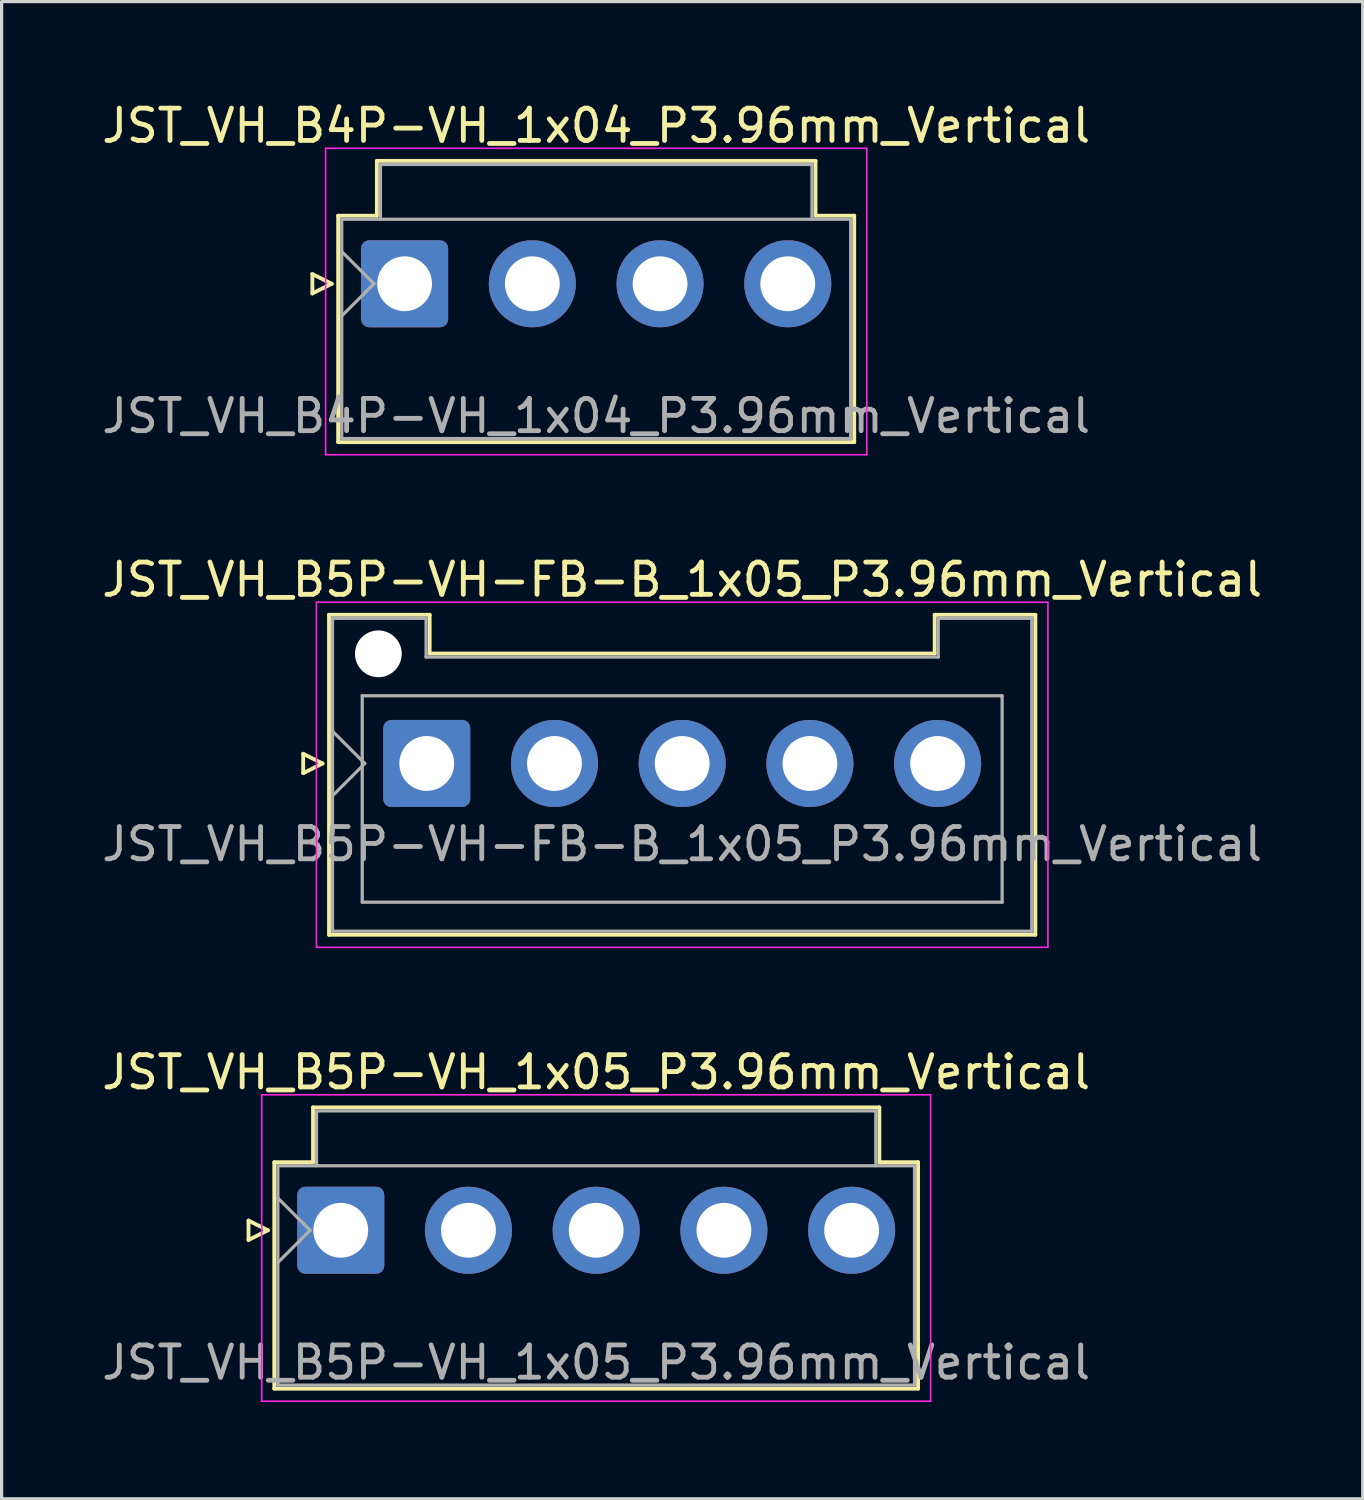
<source format=kicad_pcb>
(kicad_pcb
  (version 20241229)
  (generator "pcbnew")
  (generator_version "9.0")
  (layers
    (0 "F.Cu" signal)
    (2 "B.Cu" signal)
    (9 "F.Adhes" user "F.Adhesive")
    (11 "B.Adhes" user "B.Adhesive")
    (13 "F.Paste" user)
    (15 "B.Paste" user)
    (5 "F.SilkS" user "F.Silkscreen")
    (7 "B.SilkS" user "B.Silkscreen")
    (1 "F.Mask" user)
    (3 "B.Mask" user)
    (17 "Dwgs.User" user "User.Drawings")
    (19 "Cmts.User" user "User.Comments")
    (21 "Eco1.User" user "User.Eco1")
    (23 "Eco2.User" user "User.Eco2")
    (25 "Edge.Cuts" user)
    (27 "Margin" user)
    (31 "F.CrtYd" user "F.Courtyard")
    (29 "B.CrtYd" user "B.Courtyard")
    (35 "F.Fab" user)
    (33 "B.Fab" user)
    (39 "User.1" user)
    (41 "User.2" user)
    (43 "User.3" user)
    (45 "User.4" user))
  (footprint "JST_VH_B4P-VH_1x04_P3.96mm_Vertical"
    (layer "F.Cu")
    (at 9.495 5.748)
    (property "Reference" "JST_VH_B4P-VH_1x04_P3.96mm_Vertical" (at 5.94 -4.9 0) (layer "F.SilkS") (effects (font (size 1 1) (thickness 0.15))))
    (attr through_hole)
    (fp_line (start -2.86 -0.3) (end -2.26 0) (stroke (width 0.12) (type solid)) (layer "F.SilkS"))
    (fp_line (start -2.86 0.3) (end -2.86 -0.3) (stroke (width 0.12) (type solid)) (layer "F.SilkS"))
    (fp_line (start -2.26 0) (end -2.86 0.3) (stroke (width 0.12) (type solid)) (layer "F.SilkS"))
    (fp_line (start -2.06 -2.11) (end -0.86 -2.11) (stroke (width 0.12) (type solid)) (layer "F.SilkS"))
    (fp_line (start -2.06 4.91) (end -2.06 -2.11) (stroke (width 0.12) (type solid)) (layer "F.SilkS"))
    (fp_line (start -0.86 -3.81) (end 12.74 -3.81) (stroke (width 0.12) (type solid)) (layer "F.SilkS"))
    (fp_line (start -0.86 -2.11) (end -0.86 -3.81) (stroke (width 0.12) (type solid)) (layer "F.SilkS"))
    (fp_line (start 12.74 -3.81) (end 12.74 -2.11) (stroke (width 0.12) (type solid)) (layer "F.SilkS"))
    (fp_line (start 12.74 -2.11) (end 13.94 -2.11) (stroke (width 0.12) (type solid)) (layer "F.SilkS"))
    (fp_line (start 13.94 -2.11) (end 13.94 4.91) (stroke (width 0.12) (type solid)) (layer "F.SilkS"))
    (fp_line (start 13.94 4.91) (end -2.06 4.91) (stroke (width 0.12) (type solid)) (layer "F.SilkS"))
    (fp_line (start -2.45 -4.2) (end -2.45 5.3) (stroke (width 0.05) (type solid)) (layer "F.CrtYd"))
    (fp_line (start -2.45 5.3) (end 14.33 5.3) (stroke (width 0.05) (type solid)) (layer "F.CrtYd"))
    (fp_line (start 14.33 -4.2) (end -2.45 -4.2) (stroke (width 0.05) (type solid)) (layer "F.CrtYd"))
    (fp_line (start 14.33 5.3) (end 14.33 -4.2) (stroke (width 0.05) (type solid)) (layer "F.CrtYd"))
    (fp_line (start -1.95 -2) (end -1.95 4.8) (stroke (width 0.1) (type solid)) (layer "F.Fab"))
    (fp_line (start -1.95 -1) (end -0.95 0) (stroke (width 0.1) (type solid)) (layer "F.Fab"))
    (fp_line (start -1.95 1) (end -0.95 0) (stroke (width 0.1) (type solid)) (layer "F.Fab"))
    (fp_line (start -1.95 4.8) (end 13.83 4.8) (stroke (width 0.1) (type solid)) (layer "F.Fab"))
    (fp_line (start -0.75 -3.7) (end 12.63 -3.7) (stroke (width 0.1) (type solid)) (layer "F.Fab"))
    (fp_line (start -0.75 -2) (end -0.75 -3.7) (stroke (width 0.1) (type solid)) (layer "F.Fab"))
    (fp_line (start 12.63 -3.7) (end 12.63 -2) (stroke (width 0.1) (type solid)) (layer "F.Fab"))
    (fp_line (start 13.83 -2) (end -1.95 -2) (stroke (width 0.1) (type solid)) (layer "F.Fab"))
    (fp_line (start 13.83 4.8) (end 13.83 -2) (stroke (width 0.1) (type solid)) (layer "F.Fab"))
    (fp_text user "${REFERENCE}" (at 5.94 4.1 0) (layer "F.Fab") (effects (font (size 1 1) (thickness 0.15))))
    (pad "1" thru_hole roundrect (at 0 0) (size 2.7 2.7) (drill 1.7) (layers "*.Cu" "*.Mask") (roundrect_rratio 0.093))
    (pad "2" thru_hole circle (at 3.96 0) (size 2.7 2.7) (drill 1.7) (layers "*.Cu" "*.Mask"))
    (pad "3" thru_hole circle (at 7.92 0) (size 2.7 2.7) (drill 1.7) (layers "*.Cu" "*.Mask"))
    (pad "4" thru_hole circle (at 11.88 0) (size 2.7 2.7) (drill 1.7) (layers "*.Cu" "*.Mask")))
  (footprint "JST_VH_B5P-VH-FB-B_1x05_P3.96mm_Vertical"
    (layer "F.Cu")
    (at 10.181 20.622)
    (property "Reference" "JST_VH_B5P-VH-FB-B_1x05_P3.96mm_Vertical" (at 7.92 -5.7 0) (layer "F.SilkS") (effects (font (size 1 1) (thickness 0.15))))
    (attr through_hole)
    (fp_line (start -3.83 -0.3) (end -3.23 0) (stroke (width 0.12) (type solid)) (layer "F.SilkS"))
    (fp_line (start -3.83 0.3) (end -3.83 -0.3) (stroke (width 0.12) (type solid)) (layer "F.SilkS"))
    (fp_line (start -3.23 0) (end -3.83 0.3) (stroke (width 0.12) (type solid)) (layer "F.SilkS"))
    (fp_line (start -3.03 -4.61) (end 0.09 -4.61) (stroke (width 0.12) (type solid)) (layer "F.SilkS"))
    (fp_line (start -3.03 5.31) (end -3.03 -4.61) (stroke (width 0.12) (type solid)) (layer "F.SilkS"))
    (fp_line (start 0.09 -4.61) (end 0.09 -3.41) (stroke (width 0.12) (type solid)) (layer "F.SilkS"))
    (fp_line (start 0.09 -3.41) (end 15.75 -3.41) (stroke (width 0.12) (type solid)) (layer "F.SilkS"))
    (fp_line (start 15.75 -4.61) (end 18.87 -4.61) (stroke (width 0.12) (type solid)) (layer "F.SilkS"))
    (fp_line (start 15.75 -3.41) (end 15.75 -4.61) (stroke (width 0.12) (type solid)) (layer "F.SilkS"))
    (fp_line (start 18.87 -4.61) (end 18.87 5.31) (stroke (width 0.12) (type solid)) (layer "F.SilkS"))
    (fp_line (start 18.87 5.31) (end -3.03 5.31) (stroke (width 0.12) (type solid)) (layer "F.SilkS"))
    (fp_line (start -3.42 -5) (end -3.42 5.7) (stroke (width 0.05) (type solid)) (layer "F.CrtYd"))
    (fp_line (start -3.42 5.7) (end 19.26 5.7) (stroke (width 0.05) (type solid)) (layer "F.CrtYd"))
    (fp_line (start 19.26 -5) (end -3.42 -5) (stroke (width 0.05) (type solid)) (layer "F.CrtYd"))
    (fp_line (start 19.26 5.7) (end 19.26 -5) (stroke (width 0.05) (type solid)) (layer "F.CrtYd"))
    (fp_line (start -2.92 -4.5) (end -0.02 -4.5) (stroke (width 0.1) (type solid)) (layer "F.Fab"))
    (fp_line (start -2.92 -1) (end -1.92 0) (stroke (width 0.1) (type solid)) (layer "F.Fab"))
    (fp_line (start -2.92 1) (end -1.92 0) (stroke (width 0.1) (type solid)) (layer "F.Fab"))
    (fp_line (start -2.92 5.2) (end -2.92 -4.5) (stroke (width 0.1) (type solid)) (layer "F.Fab"))
    (fp_line (start -2 -2.1) (end 17.84 -2.1) (stroke (width 0.1) (type solid)) (layer "F.Fab"))
    (fp_line (start -2 4.3) (end -2 -2.1) (stroke (width 0.1) (type solid)) (layer "F.Fab"))
    (fp_line (start -0.02 -4.5) (end -0.02 -3.3) (stroke (width 0.1) (type solid)) (layer "F.Fab"))
    (fp_line (start -0.02 -3.3) (end 15.86 -3.3) (stroke (width 0.1) (type solid)) (layer "F.Fab"))
    (fp_line (start 15.86 -4.5) (end 18.76 -4.5) (stroke (width 0.1) (type solid)) (layer "F.Fab"))
    (fp_line (start 15.86 -3.3) (end 15.86 -4.5) (stroke (width 0.1) (type solid)) (layer "F.Fab"))
    (fp_line (start 17.84 -2.1) (end 17.84 4.3) (stroke (width 0.1) (type solid)) (layer "F.Fab"))
    (fp_line (start 17.84 4.3) (end -2 4.3) (stroke (width 0.1) (type solid)) (layer "F.Fab"))
    (fp_line (start 18.76 -4.5) (end 18.76 5.2) (stroke (width 0.1) (type solid)) (layer "F.Fab"))
    (fp_line (start 18.76 5.2) (end -2.92 5.2) (stroke (width 0.1) (type solid)) (layer "F.Fab"))
    (fp_text user "${REFERENCE}" (at 7.92 2.5 0) (layer "F.Fab") (effects (font (size 1 1) (thickness 0.15))))
    (pad "" np_thru_hole circle (at -1.5 -3.4) (size 1.45 1.45) (drill 1.45) (layers "*.Cu" "*.Mask"))
    (pad "1" thru_hole roundrect (at 0 0) (size 2.7 2.7) (drill 1.7) (layers "*.Cu" "*.Mask") (roundrect_rratio 0.093))
    (pad "2" thru_hole circle (at 3.96 0) (size 2.7 2.7) (drill 1.7) (layers "*.Cu" "*.Mask"))
    (pad "3" thru_hole circle (at 7.92 0) (size 2.7 2.7) (drill 1.7) (layers "*.Cu" "*.Mask"))
    (pad "4" thru_hole circle (at 11.88 0) (size 2.7 2.7) (drill 1.7) (layers "*.Cu" "*.Mask"))
    (pad "5" thru_hole circle (at 15.84 0) (size 2.7 2.7) (drill 1.7) (layers "*.Cu" "*.Mask")))
  (footprint "JST_VH_B5P-VH_1x05_P3.96mm_Vertical"
    (layer "F.Cu")
    (at 7.515 35.095)
    (property "Reference" "JST_VH_B5P-VH_1x05_P3.96mm_Vertical" (at 7.92 -4.9 0) (layer "F.SilkS") (effects (font (size 1 1) (thickness 0.15))))
    (attr through_hole)
    (fp_line (start -2.86 -0.3) (end -2.26 0) (stroke (width 0.12) (type solid)) (layer "F.SilkS"))
    (fp_line (start -2.86 0.3) (end -2.86 -0.3) (stroke (width 0.12) (type solid)) (layer "F.SilkS"))
    (fp_line (start -2.26 0) (end -2.86 0.3) (stroke (width 0.12) (type solid)) (layer "F.SilkS"))
    (fp_line (start -2.06 -2.11) (end -0.86 -2.11) (stroke (width 0.12) (type solid)) (layer "F.SilkS"))
    (fp_line (start -2.06 4.91) (end -2.06 -2.11) (stroke (width 0.12) (type solid)) (layer "F.SilkS"))
    (fp_line (start -0.86 -3.81) (end 16.7 -3.81) (stroke (width 0.12) (type solid)) (layer "F.SilkS"))
    (fp_line (start -0.86 -2.11) (end -0.86 -3.81) (stroke (width 0.12) (type solid)) (layer "F.SilkS"))
    (fp_line (start 16.7 -3.81) (end 16.7 -2.11) (stroke (width 0.12) (type solid)) (layer "F.SilkS"))
    (fp_line (start 16.7 -2.11) (end 17.9 -2.11) (stroke (width 0.12) (type solid)) (layer "F.SilkS"))
    (fp_line (start 17.9 -2.11) (end 17.9 4.91) (stroke (width 0.12) (type solid)) (layer "F.SilkS"))
    (fp_line (start 17.9 4.91) (end -2.06 4.91) (stroke (width 0.12) (type solid)) (layer "F.SilkS"))
    (fp_line (start -2.45 -4.2) (end -2.45 5.3) (stroke (width 0.05) (type solid)) (layer "F.CrtYd"))
    (fp_line (start -2.45 5.3) (end 18.29 5.3) (stroke (width 0.05) (type solid)) (layer "F.CrtYd"))
    (fp_line (start 18.29 -4.2) (end -2.45 -4.2) (stroke (width 0.05) (type solid)) (layer "F.CrtYd"))
    (fp_line (start 18.29 5.3) (end 18.29 -4.2) (stroke (width 0.05) (type solid)) (layer "F.CrtYd"))
    (fp_line (start -1.95 -2) (end -1.95 4.8) (stroke (width 0.1) (type solid)) (layer "F.Fab"))
    (fp_line (start -1.95 -1) (end -0.95 0) (stroke (width 0.1) (type solid)) (layer "F.Fab"))
    (fp_line (start -1.95 1) (end -0.95 0) (stroke (width 0.1) (type solid)) (layer "F.Fab"))
    (fp_line (start -1.95 4.8) (end 17.79 4.8) (stroke (width 0.1) (type solid)) (layer "F.Fab"))
    (fp_line (start -0.75 -3.7) (end 16.59 -3.7) (stroke (width 0.1) (type solid)) (layer "F.Fab"))
    (fp_line (start -0.75 -2) (end -0.75 -3.7) (stroke (width 0.1) (type solid)) (layer "F.Fab"))
    (fp_line (start 16.59 -3.7) (end 16.59 -2) (stroke (width 0.1) (type solid)) (layer "F.Fab"))
    (fp_line (start 17.79 -2) (end -1.95 -2) (stroke (width 0.1) (type solid)) (layer "F.Fab"))
    (fp_line (start 17.79 4.8) (end 17.79 -2) (stroke (width 0.1) (type solid)) (layer "F.Fab"))
    (fp_text user "${REFERENCE}" (at 7.92 4.1 0) (layer "F.Fab") (effects (font (size 1 1) (thickness 0.15))))
    (pad "1" thru_hole roundrect (at 0 0) (size 2.7 2.7) (drill 1.7) (layers "*.Cu" "*.Mask") (roundrect_rratio 0.093))
    (pad "2" thru_hole circle (at 3.96 0) (size 2.7 2.7) (drill 1.7) (layers "*.Cu" "*.Mask"))
    (pad "3" thru_hole circle (at 7.92 0) (size 2.7 2.7) (drill 1.7) (layers "*.Cu" "*.Mask"))
    (pad "4" thru_hole circle (at 11.88 0) (size 2.7 2.7) (drill 1.7) (layers "*.Cu" "*.Mask"))
    (pad "5" thru_hole circle (at 15.84 0) (size 2.7 2.7) (drill 1.7) (layers "*.Cu" "*.Mask")))
  (gr_rect
    (start -3 -3)
    (end 39.202 43.42)
    (stroke (width 0.1) (type default))
    (fill no)
    (layer "Edge.Cuts")))
</source>
